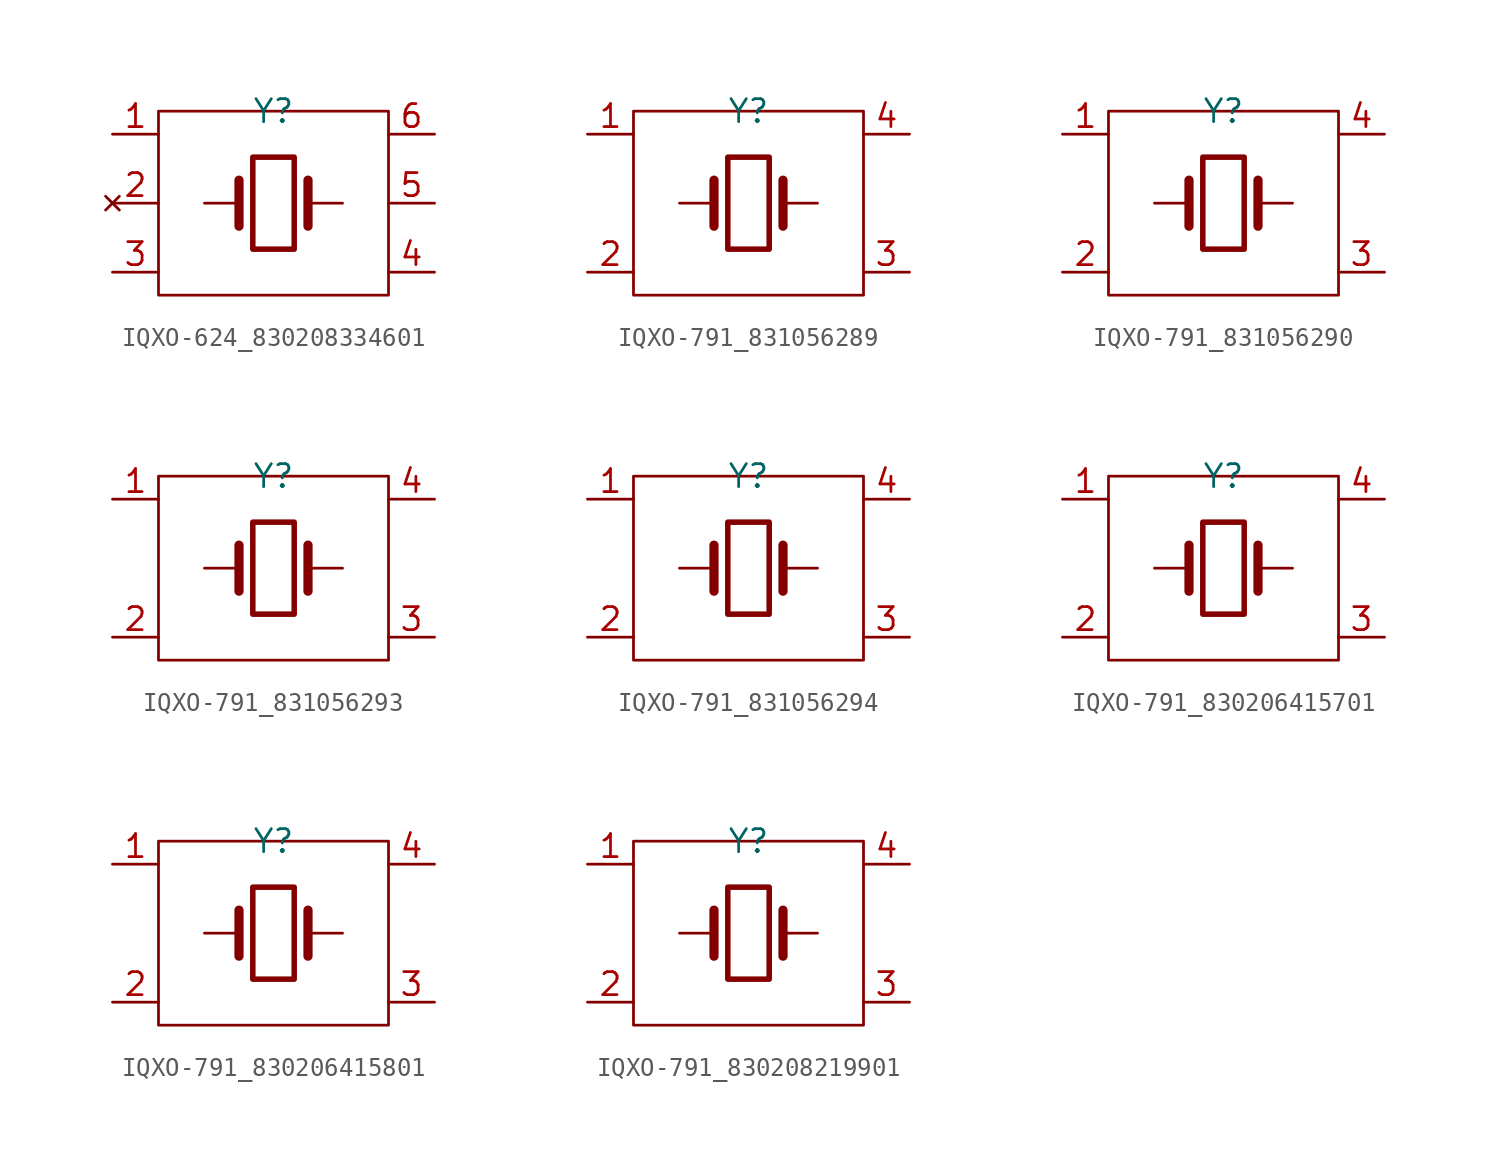
<source format=kicad_sym>
(kicad_symbol_lib
  (version 20220914)
  (generator kicad_symbol_editor)
  (symbol "IQXO-624_830208334601"
    (pin_names hide)
    (property "Reference" "Y"
      (at 0 5.08 0)
      (effects (font (size 1.27 1.27))))
    (property "Critical Parameter" ""
      (at 0 -5.08 0)
      (effects (font (size 1.27 1.27)) (justify left)))
    (symbol "IQXO-624_830208334601_0_1"
      (rectangle (start -6.35 5.08) (end 6.35 -5.08) (stroke (width 0) (type default)) (fill (type none)))
      (rectangle (start -1.143 2.54) (end 1.143 -2.54) (stroke (width 0.305) (type default)) (fill (type none)))
      (polyline (pts (xy -3.81 0) (xy -1.905 0)) (stroke (width 0) (type default)) (fill (type none)))
      (polyline (pts (xy -1.905 -1.27) (xy -1.905 1.27)) (stroke (width 0.508) (type default)) (fill (type none)))
      (polyline (pts (xy 1.905 -1.27) (xy 1.905 1.27)) (stroke (width 0.508) (type default)) (fill (type none)))
      (polyline (pts (xy 3.81 0) (xy 1.905 0)) (stroke (width 0) (type default)) (fill (type none))))
    (symbol "IQXO-624_830208334601_1_1"
      (pin passive line (at -8.89 3.81 0) (length 2.54) (name "E/D" (effects (font (size 1.27 1.27)))) (number "1" (effects (font (size 1.27 1.27)))))
      (pin no_connect line (at -8.89 0 0) (length 2.54) (name "NC" (effects (font (size 1.27 1.27)))) (number "2" (effects (font (size 1.27 1.27)))))
      (pin passive line (at -8.89 -3.81 0) (length 2.54) (name "GND" (effects (font (size 1.27 1.27)))) (number "3" (effects (font (size 1.27 1.27)))))
      (pin passive line (at 8.89 -3.81 180) (length 2.54) (name "OUT+" (effects (font (size 1.27 1.27)))) (number "4" (effects (font (size 1.27 1.27)))))
      (pin passive line (at 8.89 0 180) (length 2.54) (name "OUT-" (effects (font (size 1.27 1.27)))) (number "5" (effects (font (size 1.27 1.27)))))
      (pin passive line (at 8.89 3.81 180) (length 2.54) (name "+VS" (effects (font (size 1.27 1.27)))) (number "6" (effects (font (size 1.27 1.27)))))))
  (symbol "IQXO-791_831056289"
    (pin_names hide)
    (property "Reference" "Y"
      (at 0 5.08 0)
      (effects (font (size 1.27 1.27))))
    (property "Critical Parameter" ""
      (at 0 -5.08 0)
      (effects (font (size 1.27 1.27)) (justify left)))
    (symbol "IQXO-791_831056289_0_1"
      (rectangle (start -6.35 5.08) (end 6.35 -5.08) (stroke (width 0) (type default)) (fill (type none)))
      (rectangle (start -1.143 2.54) (end 1.143 -2.54) (stroke (width 0.305) (type default)) (fill (type none)))
      (polyline (pts (xy -3.81 0) (xy -1.905 0)) (stroke (width 0) (type default)) (fill (type none)))
      (polyline (pts (xy -1.905 -1.27) (xy -1.905 1.27)) (stroke (width 0.508) (type default)) (fill (type none)))
      (polyline (pts (xy 1.905 -1.27) (xy 1.905 1.27)) (stroke (width 0.508) (type default)) (fill (type none)))
      (polyline (pts (xy 3.81 0) (xy 1.905 0)) (stroke (width 0) (type default)) (fill (type none))))
    (symbol "IQXO-791_831056289_1_1"
      (pin passive line (at -8.89 3.81 0) (length 2.54) (name "E/D" (effects (font (size 1.27 1.27)))) (number "1" (effects (font (size 1.27 1.27)))))
      (pin passive line (at -8.89 -3.81 0) (length 2.54) (name "GND" (effects (font (size 1.27 1.27)))) (number "2" (effects (font (size 1.27 1.27)))))
      (pin passive line (at 8.89 -3.81 180) (length 2.54) (name "OUT" (effects (font (size 1.27 1.27)))) (number "3" (effects (font (size 1.27 1.27)))))
      (pin passive line (at 8.89 3.81 180) (length 2.54) (name "+VS" (effects (font (size 1.27 1.27)))) (number "4" (effects (font (size 1.27 1.27)))))))
  (symbol "IQXO-791_831056290"
    (pin_names hide)
    (property "Reference" "Y"
      (at 0 5.08 0)
      (effects (font (size 1.27 1.27))))
    (property "Critical Parameter" ""
      (at 0 -5.08 0)
      (effects (font (size 1.27 1.27)) (justify left)))
    (symbol "IQXO-791_831056290_0_1"
      (rectangle (start -6.35 5.08) (end 6.35 -5.08) (stroke (width 0) (type default)) (fill (type none)))
      (rectangle (start -1.143 2.54) (end 1.143 -2.54) (stroke (width 0.305) (type default)) (fill (type none)))
      (polyline (pts (xy -3.81 0) (xy -1.905 0)) (stroke (width 0) (type default)) (fill (type none)))
      (polyline (pts (xy -1.905 -1.27) (xy -1.905 1.27)) (stroke (width 0.508) (type default)) (fill (type none)))
      (polyline (pts (xy 1.905 -1.27) (xy 1.905 1.27)) (stroke (width 0.508) (type default)) (fill (type none)))
      (polyline (pts (xy 3.81 0) (xy 1.905 0)) (stroke (width 0) (type default)) (fill (type none))))
    (symbol "IQXO-791_831056290_1_1"
      (pin passive line (at -8.89 3.81 0) (length 2.54) (name "E/D" (effects (font (size 1.27 1.27)))) (number "1" (effects (font (size 1.27 1.27)))))
      (pin passive line (at -8.89 -3.81 0) (length 2.54) (name "GND" (effects (font (size 1.27 1.27)))) (number "2" (effects (font (size 1.27 1.27)))))
      (pin passive line (at 8.89 -3.81 180) (length 2.54) (name "OUT" (effects (font (size 1.27 1.27)))) (number "3" (effects (font (size 1.27 1.27)))))
      (pin passive line (at 8.89 3.81 180) (length 2.54) (name "+VS" (effects (font (size 1.27 1.27)))) (number "4" (effects (font (size 1.27 1.27)))))))
  (symbol "IQXO-791_831056293"
    (pin_names hide)
    (property "Reference" "Y"
      (at 0 5.08 0)
      (effects (font (size 1.27 1.27))))
    (property "Critical Parameter" ""
      (at 0 -5.08 0)
      (effects (font (size 1.27 1.27)) (justify left)))
    (symbol "IQXO-791_831056293_0_1"
      (rectangle (start -6.35 5.08) (end 6.35 -5.08) (stroke (width 0) (type default)) (fill (type none)))
      (rectangle (start -1.143 2.54) (end 1.143 -2.54) (stroke (width 0.305) (type default)) (fill (type none)))
      (polyline (pts (xy -3.81 0) (xy -1.905 0)) (stroke (width 0) (type default)) (fill (type none)))
      (polyline (pts (xy -1.905 -1.27) (xy -1.905 1.27)) (stroke (width 0.508) (type default)) (fill (type none)))
      (polyline (pts (xy 1.905 -1.27) (xy 1.905 1.27)) (stroke (width 0.508) (type default)) (fill (type none)))
      (polyline (pts (xy 3.81 0) (xy 1.905 0)) (stroke (width 0) (type default)) (fill (type none))))
    (symbol "IQXO-791_831056293_1_1"
      (pin passive line (at -8.89 3.81 0) (length 2.54) (name "E/D" (effects (font (size 1.27 1.27)))) (number "1" (effects (font (size 1.27 1.27)))))
      (pin passive line (at -8.89 -3.81 0) (length 2.54) (name "GND" (effects (font (size 1.27 1.27)))) (number "2" (effects (font (size 1.27 1.27)))))
      (pin passive line (at 8.89 -3.81 180) (length 2.54) (name "OUT" (effects (font (size 1.27 1.27)))) (number "3" (effects (font (size 1.27 1.27)))))
      (pin passive line (at 8.89 3.81 180) (length 2.54) (name "+VS" (effects (font (size 1.27 1.27)))) (number "4" (effects (font (size 1.27 1.27)))))))
  (symbol "IQXO-791_831056294"
    (pin_names hide)
    (property "Reference" "Y"
      (at 0 5.08 0)
      (effects (font (size 1.27 1.27))))
    (property "Critical Parameter" ""
      (at 0 -5.08 0)
      (effects (font (size 1.27 1.27)) (justify left)))
    (symbol "IQXO-791_831056294_0_1"
      (rectangle (start -6.35 5.08) (end 6.35 -5.08) (stroke (width 0) (type default)) (fill (type none)))
      (rectangle (start -1.143 2.54) (end 1.143 -2.54) (stroke (width 0.305) (type default)) (fill (type none)))
      (polyline (pts (xy -3.81 0) (xy -1.905 0)) (stroke (width 0) (type default)) (fill (type none)))
      (polyline (pts (xy -1.905 -1.27) (xy -1.905 1.27)) (stroke (width 0.508) (type default)) (fill (type none)))
      (polyline (pts (xy 1.905 -1.27) (xy 1.905 1.27)) (stroke (width 0.508) (type default)) (fill (type none)))
      (polyline (pts (xy 3.81 0) (xy 1.905 0)) (stroke (width 0) (type default)) (fill (type none))))
    (symbol "IQXO-791_831056294_1_1"
      (pin passive line (at -8.89 3.81 0) (length 2.54) (name "E/D" (effects (font (size 1.27 1.27)))) (number "1" (effects (font (size 1.27 1.27)))))
      (pin passive line (at -8.89 -3.81 0) (length 2.54) (name "GND" (effects (font (size 1.27 1.27)))) (number "2" (effects (font (size 1.27 1.27)))))
      (pin passive line (at 8.89 -3.81 180) (length 2.54) (name "OUT" (effects (font (size 1.27 1.27)))) (number "3" (effects (font (size 1.27 1.27)))))
      (pin passive line (at 8.89 3.81 180) (length 2.54) (name "+VS" (effects (font (size 1.27 1.27)))) (number "4" (effects (font (size 1.27 1.27)))))))
  (symbol "IQXO-791_830206415701"
    (pin_names hide)
    (property "Reference" "Y"
      (at 0 5.08 0)
      (effects (font (size 1.27 1.27))))
    (property "Critical Parameter" ""
      (at 0 -5.08 0)
      (effects (font (size 1.27 1.27)) (justify left)))
    (symbol "IQXO-791_830206415701_0_1"
      (rectangle (start -6.35 5.08) (end 6.35 -5.08) (stroke (width 0) (type default)) (fill (type none)))
      (rectangle (start -1.143 2.54) (end 1.143 -2.54) (stroke (width 0.305) (type default)) (fill (type none)))
      (polyline (pts (xy -3.81 0) (xy -1.905 0)) (stroke (width 0) (type default)) (fill (type none)))
      (polyline (pts (xy -1.905 -1.27) (xy -1.905 1.27)) (stroke (width 0.508) (type default)) (fill (type none)))
      (polyline (pts (xy 1.905 -1.27) (xy 1.905 1.27)) (stroke (width 0.508) (type default)) (fill (type none)))
      (polyline (pts (xy 3.81 0) (xy 1.905 0)) (stroke (width 0) (type default)) (fill (type none))))
    (symbol "IQXO-791_830206415701_1_1"
      (pin passive line (at -8.89 3.81 0) (length 2.54) (name "E/D" (effects (font (size 1.27 1.27)))) (number "1" (effects (font (size 1.27 1.27)))))
      (pin passive line (at -8.89 -3.81 0) (length 2.54) (name "GND" (effects (font (size 1.27 1.27)))) (number "2" (effects (font (size 1.27 1.27)))))
      (pin passive line (at 8.89 -3.81 180) (length 2.54) (name "OUT" (effects (font (size 1.27 1.27)))) (number "3" (effects (font (size 1.27 1.27)))))
      (pin passive line (at 8.89 3.81 180) (length 2.54) (name "+VS" (effects (font (size 1.27 1.27)))) (number "4" (effects (font (size 1.27 1.27)))))))
  (symbol "IQXO-791_830206415801"
    (pin_names hide)
    (property "Reference" "Y"
      (at 0 5.08 0)
      (effects (font (size 1.27 1.27))))
    (property "Critical Parameter" ""
      (at 0 -5.08 0)
      (effects (font (size 1.27 1.27)) (justify left)))
    (symbol "IQXO-791_830206415801_0_1"
      (rectangle (start -6.35 5.08) (end 6.35 -5.08) (stroke (width 0) (type default)) (fill (type none)))
      (rectangle (start -1.143 2.54) (end 1.143 -2.54) (stroke (width 0.305) (type default)) (fill (type none)))
      (polyline (pts (xy -3.81 0) (xy -1.905 0)) (stroke (width 0) (type default)) (fill (type none)))
      (polyline (pts (xy -1.905 -1.27) (xy -1.905 1.27)) (stroke (width 0.508) (type default)) (fill (type none)))
      (polyline (pts (xy 1.905 -1.27) (xy 1.905 1.27)) (stroke (width 0.508) (type default)) (fill (type none)))
      (polyline (pts (xy 3.81 0) (xy 1.905 0)) (stroke (width 0) (type default)) (fill (type none))))
    (symbol "IQXO-791_830206415801_1_1"
      (pin passive line (at -8.89 3.81 0) (length 2.54) (name "E/D" (effects (font (size 1.27 1.27)))) (number "1" (effects (font (size 1.27 1.27)))))
      (pin passive line (at -8.89 -3.81 0) (length 2.54) (name "GND" (effects (font (size 1.27 1.27)))) (number "2" (effects (font (size 1.27 1.27)))))
      (pin passive line (at 8.89 -3.81 180) (length 2.54) (name "OUT" (effects (font (size 1.27 1.27)))) (number "3" (effects (font (size 1.27 1.27)))))
      (pin passive line (at 8.89 3.81 180) (length 2.54) (name "+VS" (effects (font (size 1.27 1.27)))) (number "4" (effects (font (size 1.27 1.27)))))))
  (symbol "IQXO-791_830208219901"
    (pin_names hide)
    (property "Reference" "Y"
      (at 0 5.08 0)
      (effects (font (size 1.27 1.27))))
    (property "Critical Parameter" ""
      (at 0 -5.08 0)
      (effects (font (size 1.27 1.27)) (justify left)))
    (symbol "IQXO-791_830208219901_0_1"
      (rectangle (start -6.35 5.08) (end 6.35 -5.08) (stroke (width 0) (type default)) (fill (type none)))
      (rectangle (start -1.143 2.54) (end 1.143 -2.54) (stroke (width 0.305) (type default)) (fill (type none)))
      (polyline (pts (xy -3.81 0) (xy -1.905 0)) (stroke (width 0) (type default)) (fill (type none)))
      (polyline (pts (xy -1.905 -1.27) (xy -1.905 1.27)) (stroke (width 0.508) (type default)) (fill (type none)))
      (polyline (pts (xy 1.905 -1.27) (xy 1.905 1.27)) (stroke (width 0.508) (type default)) (fill (type none)))
      (polyline (pts (xy 3.81 0) (xy 1.905 0)) (stroke (width 0) (type default)) (fill (type none))))
    (symbol "IQXO-791_830208219901_1_1"
      (pin passive line (at -8.89 3.81 0) (length 2.54) (name "E/D" (effects (font (size 1.27 1.27)))) (number "1" (effects (font (size 1.27 1.27)))))
      (pin passive line (at -8.89 -3.81 0) (length 2.54) (name "GND" (effects (font (size 1.27 1.27)))) (number "2" (effects (font (size 1.27 1.27)))))
      (pin passive line (at 8.89 -3.81 180) (length 2.54) (name "OUT" (effects (font (size 1.27 1.27)))) (number "3" (effects (font (size 1.27 1.27)))))
      (pin passive line (at 8.89 3.81 180) (length 2.54) (name "+VS" (effects (font (size 1.27 1.27)))) (number "4" (effects (font (size 1.27 1.27))))))))
</source>
